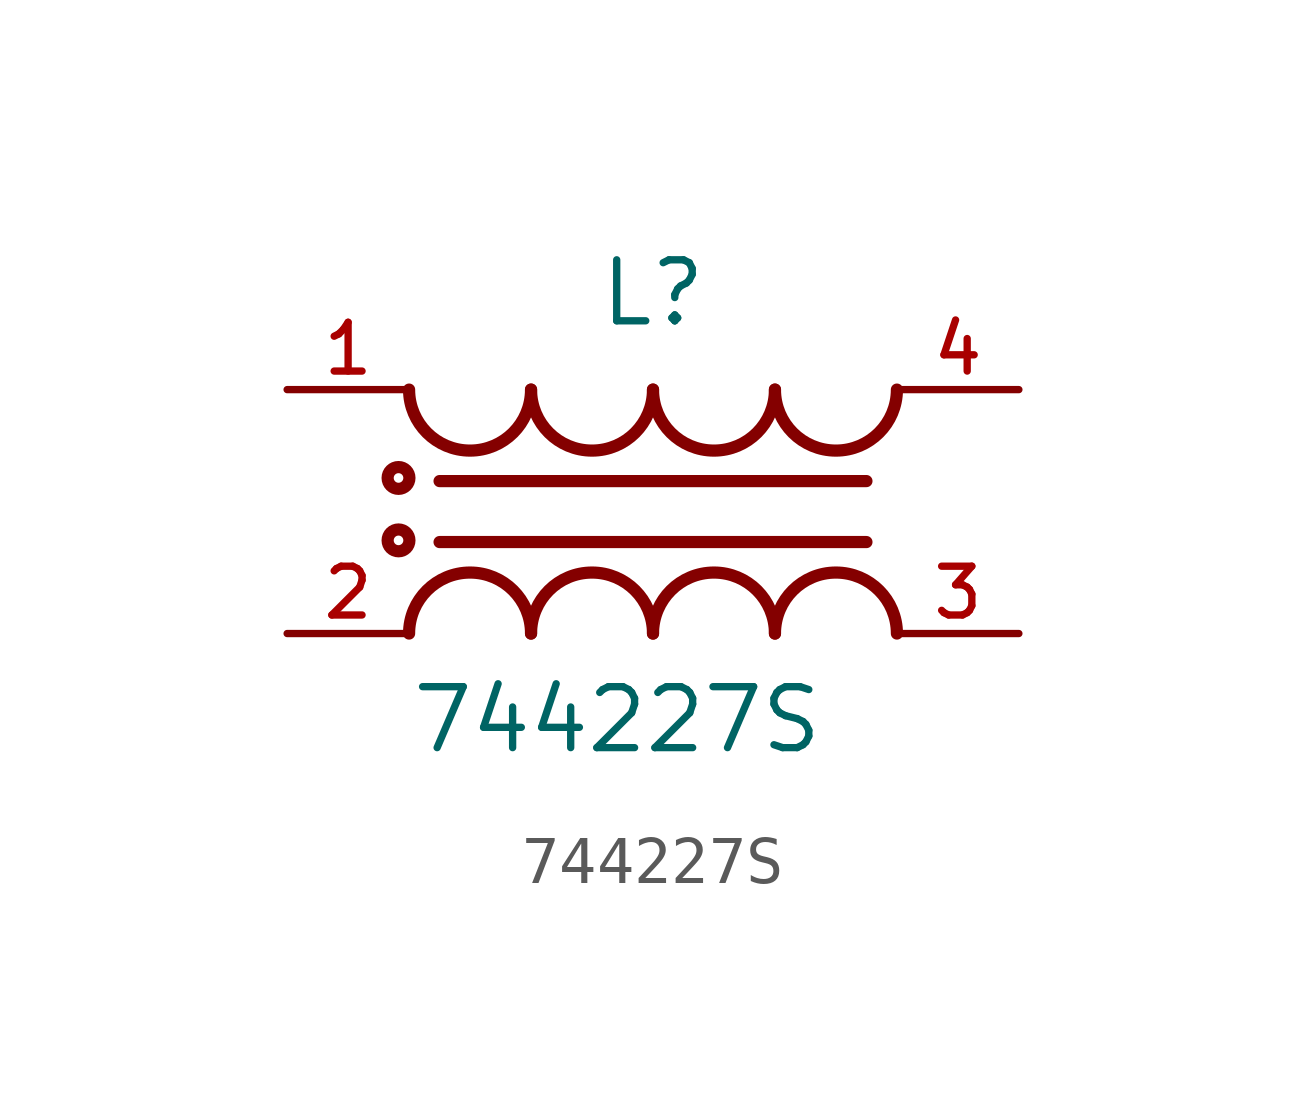
<source format=kicad_sym>
(kicad_symbol_lib
  (version 20241209)
  (generator "kicad_symbol_editor")
  (generator_version "9.0")
  (symbol "744227S"
    (pin_names
      (offset 1.016))
    (property "Reference" "L"
      (at 0 3.81 0)
      (effects (font (size 1.27 1.27)) (justify bottom)))
    (property "Value" "744227S"
      (at -5.08 -5.08 0)
      (effects (font (size 1.27 1.27)) (justify left bottom)))
    (symbol "744227S_0_0"
      (circle (center -5.3 0.7) (radius 0.1) (stroke (width 0.254) (type default)) (fill (type none)))
      (circle (center -5.3 -0.6) (radius 0.1) (stroke (width 0.254) (type default)) (fill (type none)))
      (polyline (pts (xy -4.445 0.635) (xy 4.445 0.635)) (stroke (width 0.254) (type default)) (fill (type none)))
      (polyline (pts (xy -4.445 -0.635) (xy 4.445 -0.635)) (stroke (width 0.254) (type default)) (fill (type none)))
      (arc (start -2.54 2.54) (mid -3.81 1.2755) (end -5.08 2.54) (stroke (width 0.254) (type default)) (fill (type none)))
      (arc (start -5.08 -2.54) (mid -3.81 -1.2755) (end -2.54 -2.54) (stroke (width 0.254) (type default)) (fill (type none)))
      (arc (start 0 2.54) (mid -1.27 1.2755) (end -2.54 2.54) (stroke (width 0.254) (type default)) (fill (type none)))
      (arc (start -2.54 -2.54) (mid -1.27 -1.2755) (end 0 -2.54) (stroke (width 0.254) (type default)) (fill (type none)))
      (arc (start 2.54 2.54) (mid 1.27 1.2755) (end 0 2.54) (stroke (width 0.254) (type default)) (fill (type none)))
      (arc (start 0 -2.54) (mid 1.27 -1.2755) (end 2.54 -2.54) (stroke (width 0.254) (type default)) (fill (type none)))
      (arc (start 5.08 2.54) (mid 3.81 1.2755) (end 2.54 2.54) (stroke (width 0.254) (type default)) (fill (type none)))
      (arc (start 2.54 -2.54) (mid 3.81 -1.2755) (end 5.08 -2.54) (stroke (width 0.254) (type default)) (fill (type none)))
      (pin passive line (at -7.62 2.54 0) (length 2.54) (name "~" (effects (font (size 1.016 1.016)))) (number "1" (effects (font (size 1.016 1.016)))))
      (pin passive line (at -7.62 -2.54 0) (length 2.54) (name "~" (effects (font (size 1.016 1.016)))) (number "2" (effects (font (size 1.016 1.016)))))
      (pin passive line (at 7.62 2.54 180) (length 2.54) (name "~" (effects (font (size 1.016 1.016)))) (number "4" (effects (font (size 1.016 1.016)))))
      (pin passive line (at 7.62 -2.54 180) (length 2.54) (name "~" (effects (font (size 1.016 1.016)))) (number "3" (effects (font (size 1.016 1.016))))))))
</source>
